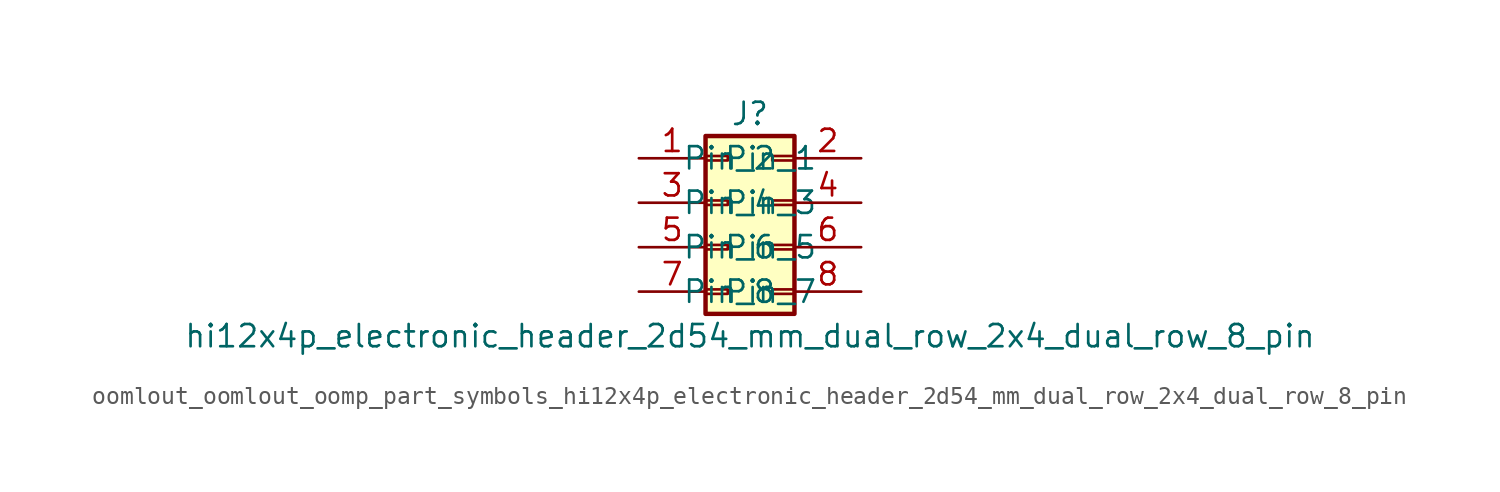
<source format=kicad_sym>
(kicad_symbol_lib
  (version 20220914)
  (generator kicad_symbol_editor)
  (symbol "oomlout_oomlout_oomp_part_symbols_hi12x4p_electronic_header_2d54_mm_dual_row_2x4_dual_row_8_pin"
    (pin_names
      (offset 1.016))
    (property "Reference" "J"
      (at 1.27 5.08 0)
      (effects (font (size 1.27 1.27))))
    (property "Value" "hi12x4p_electronic_header_2d54_mm_dual_row_2x4_dual_row_8_pin"
      (at 1.27 -7.62 0)
      (effects (font (size 1.27 1.27))))
    (symbol "oomlout_oomlout_oomp_part_symbols_hi12x4p_electronic_header_2d54_mm_dual_row_2x4_dual_row_8_pin_1_1"
      (rectangle (start -1.27 -4.953) (end 0 -5.207) (stroke (width 0.152) (type default)) (fill (type none)))
      (rectangle (start -1.27 -2.413) (end 0 -2.667) (stroke (width 0.152) (type default)) (fill (type none)))
      (rectangle (start -1.27 0.127) (end 0 -0.127) (stroke (width 0.152) (type default)) (fill (type none)))
      (rectangle (start -1.27 2.667) (end 0 2.413) (stroke (width 0.152) (type default)) (fill (type none)))
      (rectangle (start -1.27 3.81) (end 3.81 -6.35) (stroke (width 0.254) (type default)) (fill (type background)))
      (rectangle (start 3.81 -4.953) (end 2.54 -5.207) (stroke (width 0.152) (type default)) (fill (type none)))
      (rectangle (start 3.81 -2.413) (end 2.54 -2.667) (stroke (width 0.152) (type default)) (fill (type none)))
      (rectangle (start 3.81 0.127) (end 2.54 -0.127) (stroke (width 0.152) (type default)) (fill (type none)))
      (rectangle (start 3.81 2.667) (end 2.54 2.413) (stroke (width 0.152) (type default)) (fill (type none)))
      (pin passive line (at -5.08 2.54 0) (length 3.81) (name "Pin_1" (effects (font (size 1.27 1.27)))) (number "1" (effects (font (size 1.27 1.27)))))
      (pin passive line (at 7.62 2.54 180) (length 3.81) (name "Pin_2" (effects (font (size 1.27 1.27)))) (number "2" (effects (font (size 1.27 1.27)))))
      (pin passive line (at -5.08 0 0) (length 3.81) (name "Pin_3" (effects (font (size 1.27 1.27)))) (number "3" (effects (font (size 1.27 1.27)))))
      (pin passive line (at 7.62 0 180) (length 3.81) (name "Pin_4" (effects (font (size 1.27 1.27)))) (number "4" (effects (font (size 1.27 1.27)))))
      (pin passive line (at -5.08 -2.54 0) (length 3.81) (name "Pin_5" (effects (font (size 1.27 1.27)))) (number "5" (effects (font (size 1.27 1.27)))))
      (pin passive line (at 7.62 -2.54 180) (length 3.81) (name "Pin_6" (effects (font (size 1.27 1.27)))) (number "6" (effects (font (size 1.27 1.27)))))
      (pin passive line (at -5.08 -5.08 0) (length 3.81) (name "Pin_7" (effects (font (size 1.27 1.27)))) (number "7" (effects (font (size 1.27 1.27)))))
      (pin passive line (at 7.62 -5.08 180) (length 3.81) (name "Pin_8" (effects (font (size 1.27 1.27)))) (number "8" (effects (font (size 1.27 1.27))))))))
</source>
